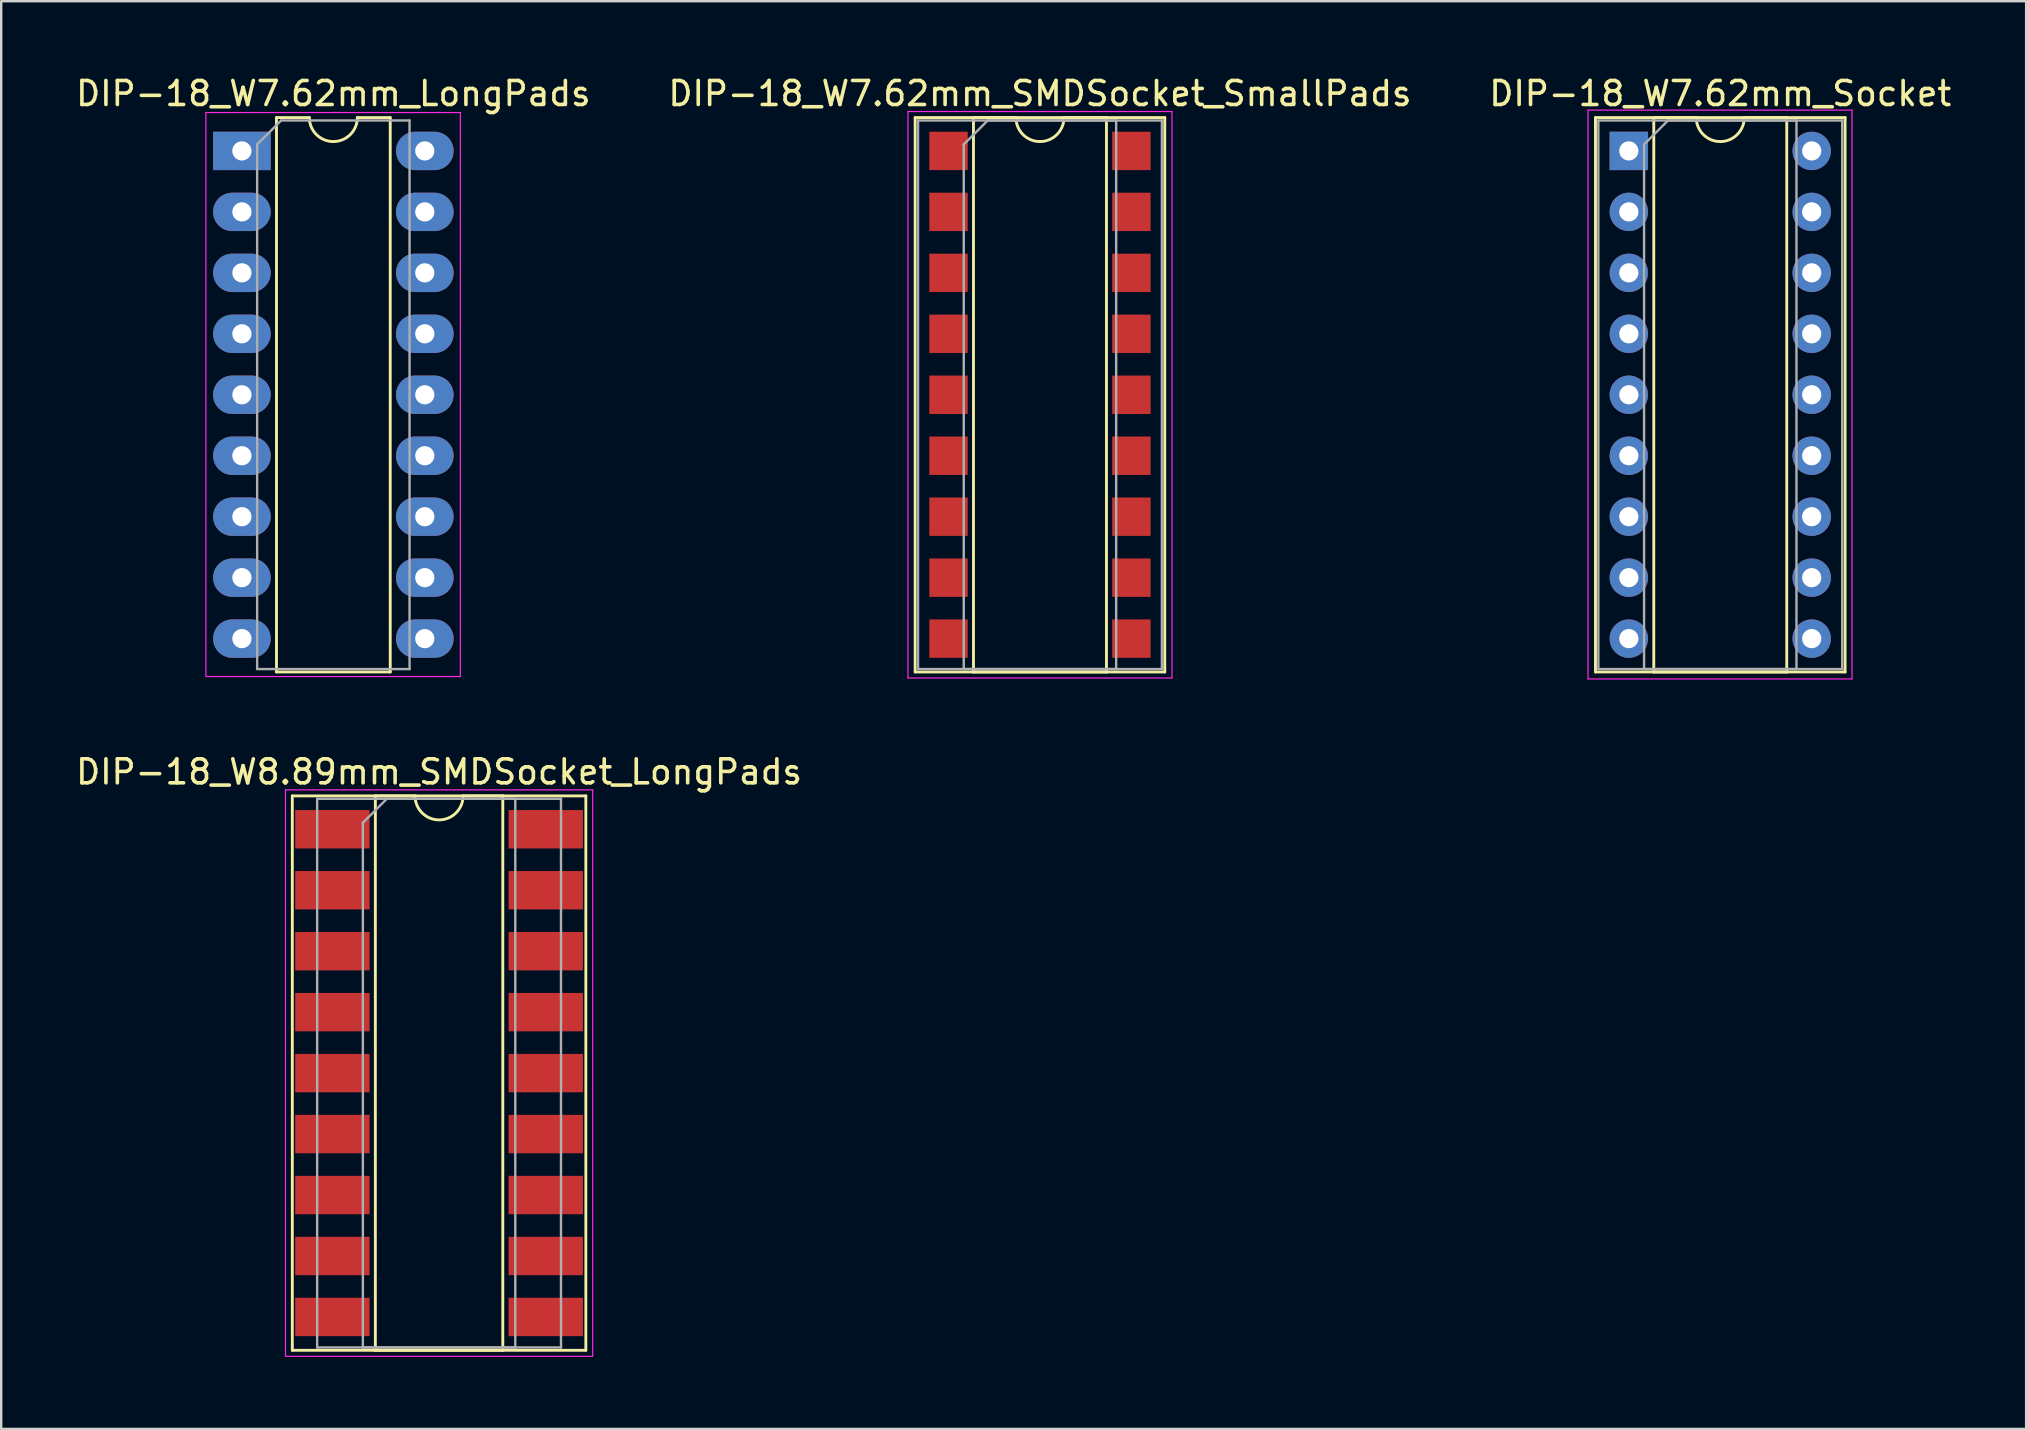
<source format=kicad_pcb>
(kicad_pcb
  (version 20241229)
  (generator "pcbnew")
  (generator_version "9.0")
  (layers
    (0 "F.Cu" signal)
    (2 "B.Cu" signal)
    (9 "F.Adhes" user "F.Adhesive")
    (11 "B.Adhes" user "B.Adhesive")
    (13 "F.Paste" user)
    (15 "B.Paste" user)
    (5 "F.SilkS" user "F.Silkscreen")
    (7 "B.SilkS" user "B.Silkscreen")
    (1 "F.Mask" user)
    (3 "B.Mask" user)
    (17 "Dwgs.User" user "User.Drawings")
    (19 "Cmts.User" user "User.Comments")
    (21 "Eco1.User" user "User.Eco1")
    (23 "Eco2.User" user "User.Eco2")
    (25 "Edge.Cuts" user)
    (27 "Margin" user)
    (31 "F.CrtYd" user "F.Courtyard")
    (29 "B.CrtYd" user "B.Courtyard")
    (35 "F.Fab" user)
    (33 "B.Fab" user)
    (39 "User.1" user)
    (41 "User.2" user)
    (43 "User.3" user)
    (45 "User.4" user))
  (footprint "DIP-18_W7.62mm_Socket"
    (layer "F.Cu")
    (at 64.815 3.238)
    (property "Reference" "DIP-18_W7.62mm_Socket" (at 3.81 -2.39 0) (layer "F.SilkS") (effects (font (size 1 1) (thickness 0.15))))
    (attr through_hole)
    (fp_line (start -1.39 -1.39) (end -1.39 21.71) (stroke (width 0.12) (type solid)) (layer "F.SilkS"))
    (fp_line (start -1.39 21.71) (end 9.01 21.71) (stroke (width 0.12) (type solid)) (layer "F.SilkS"))
    (fp_line (start 1.04 -1.39) (end 1.04 21.71) (stroke (width 0.12) (type solid)) (layer "F.SilkS"))
    (fp_line (start 1.04 21.71) (end 6.58 21.71) (stroke (width 0.12) (type solid)) (layer "F.SilkS"))
    (fp_line (start 2.81 -1.39) (end 1.04 -1.39) (stroke (width 0.12) (type solid)) (layer "F.SilkS"))
    (fp_line (start 6.58 -1.39) (end 4.81 -1.39) (stroke (width 0.12) (type solid)) (layer "F.SilkS"))
    (fp_line (start 6.58 21.71) (end 6.58 -1.39) (stroke (width 0.12) (type solid)) (layer "F.SilkS"))
    (fp_line (start 9.01 -1.39) (end -1.39 -1.39) (stroke (width 0.12) (type solid)) (layer "F.SilkS"))
    (fp_line (start 9.01 21.71) (end 9.01 -1.39) (stroke (width 0.12) (type solid)) (layer "F.SilkS"))
    (fp_arc (start 4.81 -1.39) (mid 3.81 -0.39) (end 2.81 -1.39) (stroke (width 0.12) (type solid)) (layer "F.SilkS"))
    (fp_line (start -1.7 -1.7) (end -1.7 22) (stroke (width 0.05) (type solid)) (layer "F.CrtYd"))
    (fp_line (start -1.7 22) (end 9.3 22) (stroke (width 0.05) (type solid)) (layer "F.CrtYd"))
    (fp_line (start 9.3 -1.7) (end -1.7 -1.7) (stroke (width 0.05) (type solid)) (layer "F.CrtYd"))
    (fp_line (start 9.3 22) (end 9.3 -1.7) (stroke (width 0.05) (type solid)) (layer "F.CrtYd"))
    (fp_line (start -1.27 -1.27) (end -1.27 21.59) (stroke (width 0.1) (type solid)) (layer "F.Fab"))
    (fp_line (start -1.27 21.59) (end 8.89 21.59) (stroke (width 0.1) (type solid)) (layer "F.Fab"))
    (fp_line (start 0.635 -0.27) (end 1.635 -1.27) (stroke (width 0.1) (type solid)) (layer "F.Fab"))
    (fp_line (start 0.635 21.59) (end 0.635 -0.27) (stroke (width 0.1) (type solid)) (layer "F.Fab"))
    (fp_line (start 1.635 -1.27) (end 6.985 -1.27) (stroke (width 0.1) (type solid)) (layer "F.Fab"))
    (fp_line (start 6.985 -1.27) (end 6.985 21.59) (stroke (width 0.1) (type solid)) (layer "F.Fab"))
    (fp_line (start 6.985 21.59) (end 0.635 21.59) (stroke (width 0.1) (type solid)) (layer "F.Fab"))
    (fp_line (start 8.89 -1.27) (end -1.27 -1.27) (stroke (width 0.1) (type solid)) (layer "F.Fab"))
    (fp_line (start 8.89 21.59) (end 8.89 -1.27) (stroke (width 0.1) (type solid)) (layer "F.Fab"))
    (pad "1" thru_hole rect (at 0 0) (size 1.6 1.6) (drill 0.8) (layers "*.Cu" "*.Mask"))
    (pad "2" thru_hole oval (at 0 2.54) (size 1.6 1.6) (drill 0.8) (layers "*.Cu" "*.Mask"))
    (pad "3" thru_hole oval (at 0 5.08) (size 1.6 1.6) (drill 0.8) (layers "*.Cu" "*.Mask"))
    (pad "4" thru_hole oval (at 0 7.62) (size 1.6 1.6) (drill 0.8) (layers "*.Cu" "*.Mask"))
    (pad "5" thru_hole oval (at 0 10.16) (size 1.6 1.6) (drill 0.8) (layers "*.Cu" "*.Mask"))
    (pad "6" thru_hole oval (at 0 12.7) (size 1.6 1.6) (drill 0.8) (layers "*.Cu" "*.Mask"))
    (pad "7" thru_hole oval (at 0 15.24) (size 1.6 1.6) (drill 0.8) (layers "*.Cu" "*.Mask"))
    (pad "8" thru_hole oval (at 0 17.78) (size 1.6 1.6) (drill 0.8) (layers "*.Cu" "*.Mask"))
    (pad "9" thru_hole oval (at 0 20.32) (size 1.6 1.6) (drill 0.8) (layers "*.Cu" "*.Mask"))
    (pad "10" thru_hole oval (at 7.62 20.32) (size 1.6 1.6) (drill 0.8) (layers "*.Cu" "*.Mask"))
    (pad "11" thru_hole oval (at 7.62 17.78) (size 1.6 1.6) (drill 0.8) (layers "*.Cu" "*.Mask"))
    (pad "12" thru_hole oval (at 7.62 15.24) (size 1.6 1.6) (drill 0.8) (layers "*.Cu" "*.Mask"))
    (pad "13" thru_hole oval (at 7.62 12.7) (size 1.6 1.6) (drill 0.8) (layers "*.Cu" "*.Mask"))
    (pad "14" thru_hole oval (at 7.62 10.16) (size 1.6 1.6) (drill 0.8) (layers "*.Cu" "*.Mask"))
    (pad "15" thru_hole oval (at 7.62 7.62) (size 1.6 1.6) (drill 0.8) (layers "*.Cu" "*.Mask"))
    (pad "16" thru_hole oval (at 7.62 5.08) (size 1.6 1.6) (drill 0.8) (layers "*.Cu" "*.Mask"))
    (pad "17" thru_hole oval (at 7.62 2.54) (size 1.6 1.6) (drill 0.8) (layers "*.Cu" "*.Mask"))
    (pad "18" thru_hole oval (at 7.62 0) (size 1.6 1.6) (drill 0.8) (layers "*.Cu" "*.Mask")))
  (footprint "DIP-18_W7.62mm_LongPads"
    (layer "F.Cu")
    (at 7.029 3.238)
    (property "Reference" "DIP-18_W7.62mm_LongPads" (at 3.81 -2.39 0) (layer "F.SilkS") (effects (font (size 1 1) (thickness 0.15))))
    (attr through_hole)
    (fp_line (start 1.44 -1.39) (end 1.44 21.71) (stroke (width 0.12) (type solid)) (layer "F.SilkS"))
    (fp_line (start 1.44 21.71) (end 6.18 21.71) (stroke (width 0.12) (type solid)) (layer "F.SilkS"))
    (fp_line (start 2.81 -1.39) (end 1.44 -1.39) (stroke (width 0.12) (type solid)) (layer "F.SilkS"))
    (fp_line (start 6.18 -1.39) (end 4.81 -1.39) (stroke (width 0.12) (type solid)) (layer "F.SilkS"))
    (fp_line (start 6.18 21.71) (end 6.18 -1.39) (stroke (width 0.12) (type solid)) (layer "F.SilkS"))
    (fp_arc (start 4.81 -1.39) (mid 3.81 -0.39) (end 2.81 -1.39) (stroke (width 0.12) (type solid)) (layer "F.SilkS"))
    (fp_line (start -1.5 -1.6) (end -1.5 21.9) (stroke (width 0.05) (type solid)) (layer "F.CrtYd"))
    (fp_line (start -1.5 21.9) (end 9.1 21.9) (stroke (width 0.05) (type solid)) (layer "F.CrtYd"))
    (fp_line (start 9.1 -1.6) (end -1.5 -1.6) (stroke (width 0.05) (type solid)) (layer "F.CrtYd"))
    (fp_line (start 9.1 21.9) (end 9.1 -1.6) (stroke (width 0.05) (type solid)) (layer "F.CrtYd"))
    (fp_line (start 0.635 -0.27) (end 1.635 -1.27) (stroke (width 0.1) (type solid)) (layer "F.Fab"))
    (fp_line (start 0.635 21.59) (end 0.635 -0.27) (stroke (width 0.1) (type solid)) (layer "F.Fab"))
    (fp_line (start 1.635 -1.27) (end 6.985 -1.27) (stroke (width 0.1) (type solid)) (layer "F.Fab"))
    (fp_line (start 6.985 -1.27) (end 6.985 21.59) (stroke (width 0.1) (type solid)) (layer "F.Fab"))
    (fp_line (start 6.985 21.59) (end 0.635 21.59) (stroke (width 0.1) (type solid)) (layer "F.Fab"))
    (pad "1" thru_hole rect (at 0 0) (size 2.4 1.6) (drill 0.8) (layers "*.Cu" "*.Mask"))
    (pad "2" thru_hole oval (at 0 2.54) (size 2.4 1.6) (drill 0.8) (layers "*.Cu" "*.Mask"))
    (pad "3" thru_hole oval (at 0 5.08) (size 2.4 1.6) (drill 0.8) (layers "*.Cu" "*.Mask"))
    (pad "4" thru_hole oval (at 0 7.62) (size 2.4 1.6) (drill 0.8) (layers "*.Cu" "*.Mask"))
    (pad "5" thru_hole oval (at 0 10.16) (size 2.4 1.6) (drill 0.8) (layers "*.Cu" "*.Mask"))
    (pad "6" thru_hole oval (at 0 12.7) (size 2.4 1.6) (drill 0.8) (layers "*.Cu" "*.Mask"))
    (pad "7" thru_hole oval (at 0 15.24) (size 2.4 1.6) (drill 0.8) (layers "*.Cu" "*.Mask"))
    (pad "8" thru_hole oval (at 0 17.78) (size 2.4 1.6) (drill 0.8) (layers "*.Cu" "*.Mask"))
    (pad "9" thru_hole oval (at 0 20.32) (size 2.4 1.6) (drill 0.8) (layers "*.Cu" "*.Mask"))
    (pad "10" thru_hole oval (at 7.62 20.32) (size 2.4 1.6) (drill 0.8) (layers "*.Cu" "*.Mask"))
    (pad "11" thru_hole oval (at 7.62 17.78) (size 2.4 1.6) (drill 0.8) (layers "*.Cu" "*.Mask"))
    (pad "12" thru_hole oval (at 7.62 15.24) (size 2.4 1.6) (drill 0.8) (layers "*.Cu" "*.Mask"))
    (pad "13" thru_hole oval (at 7.62 12.7) (size 2.4 1.6) (drill 0.8) (layers "*.Cu" "*.Mask"))
    (pad "14" thru_hole oval (at 7.62 10.16) (size 2.4 1.6) (drill 0.8) (layers "*.Cu" "*.Mask"))
    (pad "15" thru_hole oval (at 7.62 7.62) (size 2.4 1.6) (drill 0.8) (layers "*.Cu" "*.Mask"))
    (pad "16" thru_hole oval (at 7.62 5.08) (size 2.4 1.6) (drill 0.8) (layers "*.Cu" "*.Mask"))
    (pad "17" thru_hole oval (at 7.62 2.54) (size 2.4 1.6) (drill 0.8) (layers "*.Cu" "*.Mask"))
    (pad "18" thru_hole oval (at 7.62 0) (size 2.4 1.6) (drill 0.8) (layers "*.Cu" "*.Mask")))
  (footprint "DIP-18_W8.89mm_SMDSocket_LongPads"
    (layer "F.Cu")
    (at 15.244 41.661)
    (property "Reference" "DIP-18_W8.89mm_SMDSocket_LongPads" (at 0 -12.55 0) (layer "F.SilkS") (effects (font (size 1 1) (thickness 0.15))))
    (attr smd)
    (fp_line (start -6.115 -11.55) (end -6.115 11.55) (stroke (width 0.12) (type solid)) (layer "F.SilkS"))
    (fp_line (start -6.115 11.55) (end 6.115 11.55) (stroke (width 0.12) (type solid)) (layer "F.SilkS"))
    (fp_line (start -2.655 -11.55) (end -2.655 11.55) (stroke (width 0.12) (type solid)) (layer "F.SilkS"))
    (fp_line (start -2.655 11.55) (end 2.655 11.55) (stroke (width 0.12) (type solid)) (layer "F.SilkS"))
    (fp_line (start -1 -11.55) (end -2.655 -11.55) (stroke (width 0.12) (type solid)) (layer "F.SilkS"))
    (fp_line (start 2.655 -11.55) (end 1 -11.55) (stroke (width 0.12) (type solid)) (layer "F.SilkS"))
    (fp_line (start 2.655 11.55) (end 2.655 -11.55) (stroke (width 0.12) (type solid)) (layer "F.SilkS"))
    (fp_line (start 6.115 -11.55) (end -6.115 -11.55) (stroke (width 0.12) (type solid)) (layer "F.SilkS"))
    (fp_line (start 6.115 11.55) (end 6.115 -11.55) (stroke (width 0.12) (type solid)) (layer "F.SilkS"))
    (fp_arc (start 1 -11.55) (mid 0 -10.55) (end -1 -11.55) (stroke (width 0.12) (type solid)) (layer "F.SilkS"))
    (fp_line (start -6.4 -11.8) (end -6.4 11.8) (stroke (width 0.05) (type solid)) (layer "F.CrtYd"))
    (fp_line (start -6.4 11.8) (end 6.4 11.8) (stroke (width 0.05) (type solid)) (layer "F.CrtYd"))
    (fp_line (start 6.4 -11.8) (end -6.4 -11.8) (stroke (width 0.05) (type solid)) (layer "F.CrtYd"))
    (fp_line (start 6.4 11.8) (end 6.4 -11.8) (stroke (width 0.05) (type solid)) (layer "F.CrtYd"))
    (fp_line (start -5.08 -11.43) (end -5.08 11.43) (stroke (width 0.1) (type solid)) (layer "F.Fab"))
    (fp_line (start -5.08 11.43) (end 5.08 11.43) (stroke (width 0.1) (type solid)) (layer "F.Fab"))
    (fp_line (start -3.175 -10.43) (end -2.175 -11.43) (stroke (width 0.1) (type solid)) (layer "F.Fab"))
    (fp_line (start -3.175 11.43) (end -3.175 -10.43) (stroke (width 0.1) (type solid)) (layer "F.Fab"))
    (fp_line (start -2.175 -11.43) (end 3.175 -11.43) (stroke (width 0.1) (type solid)) (layer "F.Fab"))
    (fp_line (start 3.175 -11.43) (end 3.175 11.43) (stroke (width 0.1) (type solid)) (layer "F.Fab"))
    (fp_line (start 3.175 11.43) (end -3.175 11.43) (stroke (width 0.1) (type solid)) (layer "F.Fab"))
    (fp_line (start 5.08 -11.43) (end -5.08 -11.43) (stroke (width 0.1) (type solid)) (layer "F.Fab"))
    (fp_line (start 5.08 11.43) (end 5.08 -11.43) (stroke (width 0.1) (type solid)) (layer "F.Fab"))
    (pad "1" smd rect (at -4.445 -10.16) (size 3.1 1.6) (layers "F.Cu" "F.Mask"))
    (pad "2" smd rect (at -4.445 -7.62) (size 3.1 1.6) (layers "F.Cu" "F.Mask"))
    (pad "3" smd rect (at -4.445 -5.08) (size 3.1 1.6) (layers "F.Cu" "F.Mask"))
    (pad "4" smd rect (at -4.445 -2.54) (size 3.1 1.6) (layers "F.Cu" "F.Mask"))
    (pad "5" smd rect (at -4.445 0) (size 3.1 1.6) (layers "F.Cu" "F.Mask"))
    (pad "6" smd rect (at -4.445 2.54) (size 3.1 1.6) (layers "F.Cu" "F.Mask"))
    (pad "7" smd rect (at -4.445 5.08) (size 3.1 1.6) (layers "F.Cu" "F.Mask"))
    (pad "8" smd rect (at -4.445 7.62) (size 3.1 1.6) (layers "F.Cu" "F.Mask"))
    (pad "9" smd rect (at -4.445 10.16) (size 3.1 1.6) (layers "F.Cu" "F.Mask"))
    (pad "10" smd rect (at 4.445 10.16) (size 3.1 1.6) (layers "F.Cu" "F.Mask"))
    (pad "11" smd rect (at 4.445 7.62) (size 3.1 1.6) (layers "F.Cu" "F.Mask"))
    (pad "12" smd rect (at 4.445 5.08) (size 3.1 1.6) (layers "F.Cu" "F.Mask"))
    (pad "13" smd rect (at 4.445 2.54) (size 3.1 1.6) (layers "F.Cu" "F.Mask"))
    (pad "14" smd rect (at 4.445 0) (size 3.1 1.6) (layers "F.Cu" "F.Mask"))
    (pad "15" smd rect (at 4.445 -2.54) (size 3.1 1.6) (layers "F.Cu" "F.Mask"))
    (pad "16" smd rect (at 4.445 -5.08) (size 3.1 1.6) (layers "F.Cu" "F.Mask"))
    (pad "17" smd rect (at 4.445 -7.62) (size 3.1 1.6) (layers "F.Cu" "F.Mask"))
    (pad "18" smd rect (at 4.445 -10.16) (size 3.1 1.6) (layers "F.Cu" "F.Mask")))
  (footprint "DIP-18_W7.62mm_SMDSocket_SmallPads"
    (layer "F.Cu")
    (at 40.28 13.398)
    (property "Reference" "DIP-18_W7.62mm_SMDSocket_SmallPads" (at 0 -12.55 0) (layer "F.SilkS") (effects (font (size 1 1) (thickness 0.15))))
    (attr smd)
    (fp_line (start -5.2 -11.55) (end -5.2 11.55) (stroke (width 0.12) (type solid)) (layer "F.SilkS"))
    (fp_line (start -5.2 11.55) (end 5.2 11.55) (stroke (width 0.12) (type solid)) (layer "F.SilkS"))
    (fp_line (start -2.77 -11.55) (end -2.77 11.55) (stroke (width 0.12) (type solid)) (layer "F.SilkS"))
    (fp_line (start -2.77 11.55) (end 2.77 11.55) (stroke (width 0.12) (type solid)) (layer "F.SilkS"))
    (fp_line (start -1 -11.55) (end -2.77 -11.55) (stroke (width 0.12) (type solid)) (layer "F.SilkS"))
    (fp_line (start 2.77 -11.55) (end 1 -11.55) (stroke (width 0.12) (type solid)) (layer "F.SilkS"))
    (fp_line (start 2.77 11.55) (end 2.77 -11.55) (stroke (width 0.12) (type solid)) (layer "F.SilkS"))
    (fp_line (start 5.2 -11.55) (end -5.2 -11.55) (stroke (width 0.12) (type solid)) (layer "F.SilkS"))
    (fp_line (start 5.2 11.55) (end 5.2 -11.55) (stroke (width 0.12) (type solid)) (layer "F.SilkS"))
    (fp_arc (start 1 -11.55) (mid 0 -10.55) (end -1 -11.55) (stroke (width 0.12) (type solid)) (layer "F.SilkS"))
    (fp_line (start -5.5 -11.8) (end -5.5 11.8) (stroke (width 0.05) (type solid)) (layer "F.CrtYd"))
    (fp_line (start -5.5 11.8) (end 5.5 11.8) (stroke (width 0.05) (type solid)) (layer "F.CrtYd"))
    (fp_line (start 5.5 -11.8) (end -5.5 -11.8) (stroke (width 0.05) (type solid)) (layer "F.CrtYd"))
    (fp_line (start 5.5 11.8) (end 5.5 -11.8) (stroke (width 0.05) (type solid)) (layer "F.CrtYd"))
    (fp_line (start -5.08 -11.43) (end -5.08 11.43) (stroke (width 0.1) (type solid)) (layer "F.Fab"))
    (fp_line (start -5.08 11.43) (end 5.08 11.43) (stroke (width 0.1) (type solid)) (layer "F.Fab"))
    (fp_line (start -3.175 -10.43) (end -2.175 -11.43) (stroke (width 0.1) (type solid)) (layer "F.Fab"))
    (fp_line (start -3.175 11.43) (end -3.175 -10.43) (stroke (width 0.1) (type solid)) (layer "F.Fab"))
    (fp_line (start -2.175 -11.43) (end 3.175 -11.43) (stroke (width 0.1) (type solid)) (layer "F.Fab"))
    (fp_line (start 3.175 -11.43) (end 3.175 11.43) (stroke (width 0.1) (type solid)) (layer "F.Fab"))
    (fp_line (start 3.175 11.43) (end -3.175 11.43) (stroke (width 0.1) (type solid)) (layer "F.Fab"))
    (fp_line (start 5.08 -11.43) (end -5.08 -11.43) (stroke (width 0.1) (type solid)) (layer "F.Fab"))
    (fp_line (start 5.08 11.43) (end 5.08 -11.43) (stroke (width 0.1) (type solid)) (layer "F.Fab"))
    (pad "1" smd rect (at -3.81 -10.16) (size 1.6 1.6) (layers "F.Cu" "F.Mask"))
    (pad "2" smd rect (at -3.81 -7.62) (size 1.6 1.6) (layers "F.Cu" "F.Mask"))
    (pad "3" smd rect (at -3.81 -5.08) (size 1.6 1.6) (layers "F.Cu" "F.Mask"))
    (pad "4" smd rect (at -3.81 -2.54) (size 1.6 1.6) (layers "F.Cu" "F.Mask"))
    (pad "5" smd rect (at -3.81 0) (size 1.6 1.6) (layers "F.Cu" "F.Mask"))
    (pad "6" smd rect (at -3.81 2.54) (size 1.6 1.6) (layers "F.Cu" "F.Mask"))
    (pad "7" smd rect (at -3.81 5.08) (size 1.6 1.6) (layers "F.Cu" "F.Mask"))
    (pad "8" smd rect (at -3.81 7.62) (size 1.6 1.6) (layers "F.Cu" "F.Mask"))
    (pad "9" smd rect (at -3.81 10.16) (size 1.6 1.6) (layers "F.Cu" "F.Mask"))
    (pad "10" smd rect (at 3.81 10.16) (size 1.6 1.6) (layers "F.Cu" "F.Mask"))
    (pad "11" smd rect (at 3.81 7.62) (size 1.6 1.6) (layers "F.Cu" "F.Mask"))
    (pad "12" smd rect (at 3.81 5.08) (size 1.6 1.6) (layers "F.Cu" "F.Mask"))
    (pad "13" smd rect (at 3.81 2.54) (size 1.6 1.6) (layers "F.Cu" "F.Mask"))
    (pad "14" smd rect (at 3.81 0) (size 1.6 1.6) (layers "F.Cu" "F.Mask"))
    (pad "15" smd rect (at 3.81 -2.54) (size 1.6 1.6) (layers "F.Cu" "F.Mask"))
    (pad "16" smd rect (at 3.81 -5.08) (size 1.6 1.6) (layers "F.Cu" "F.Mask"))
    (pad "17" smd rect (at 3.81 -7.62) (size 1.6 1.6) (layers "F.Cu" "F.Mask"))
    (pad "18" smd rect (at 3.81 -10.16) (size 1.6 1.6) (layers "F.Cu" "F.Mask")))
  (gr_rect
    (start -3 -3)
    (end 81.369 56.486)
    (stroke (width 0.1) (type default))
    (fill no)
    (layer "Edge.Cuts")))
</source>
